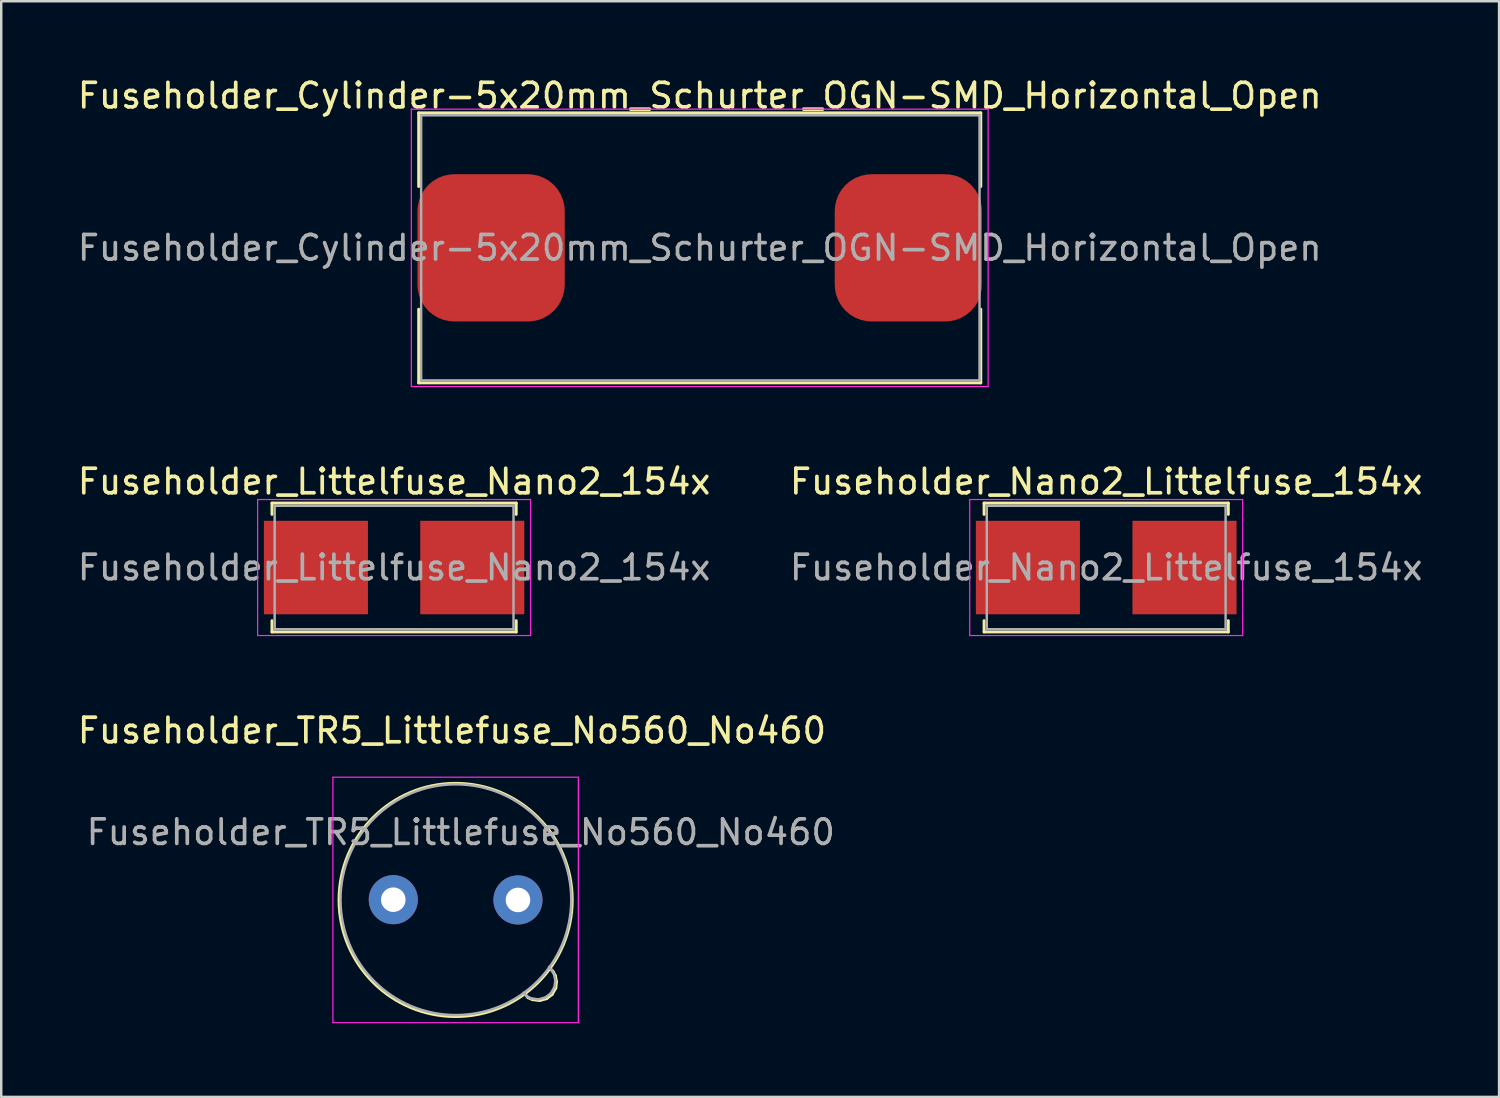
<source format=kicad_pcb>
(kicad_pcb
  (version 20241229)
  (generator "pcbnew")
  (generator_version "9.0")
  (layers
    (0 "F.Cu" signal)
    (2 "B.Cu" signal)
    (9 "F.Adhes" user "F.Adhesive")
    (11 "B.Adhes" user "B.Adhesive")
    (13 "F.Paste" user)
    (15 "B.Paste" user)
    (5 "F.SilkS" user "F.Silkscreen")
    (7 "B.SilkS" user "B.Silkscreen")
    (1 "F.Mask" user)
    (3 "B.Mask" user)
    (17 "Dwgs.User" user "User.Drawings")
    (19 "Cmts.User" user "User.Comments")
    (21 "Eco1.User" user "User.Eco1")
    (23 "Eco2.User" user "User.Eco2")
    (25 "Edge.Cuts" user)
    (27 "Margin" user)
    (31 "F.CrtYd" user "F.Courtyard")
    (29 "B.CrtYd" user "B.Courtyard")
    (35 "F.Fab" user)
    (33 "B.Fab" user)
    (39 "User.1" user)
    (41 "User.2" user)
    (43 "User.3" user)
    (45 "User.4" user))
  (footprint "Fuseholder_Littelfuse_Nano2_154x"
    (layer "F.Cu")
    (at 13.006 20.072)
    (property "Reference" "Fuseholder_Littelfuse_Nano2_154x" (at 0 -3.5 0) (unlocked yes) (layer "F.SilkS") (effects (font (size 1 1) (thickness 0.15))))
    (attr smd)
    (fp_line (start -4.975 -2.625) (end -4.975 -2.165) (stroke (width 0.12) (type solid)) (layer "F.SilkS"))
    (fp_line (start -4.975 -2.625) (end 4.975 -2.625) (stroke (width 0.12) (type solid)) (layer "F.SilkS"))
    (fp_line (start -4.975 2.165) (end -4.975 2.625) (stroke (width 0.12) (type solid)) (layer "F.SilkS"))
    (fp_line (start -4.975 2.625) (end 4.975 2.625) (stroke (width 0.12) (type solid)) (layer "F.SilkS"))
    (fp_line (start 4.975 -2.625) (end 4.975 -2.165) (stroke (width 0.12) (type solid)) (layer "F.SilkS"))
    (fp_line (start 4.975 2.625) (end 4.975 2.165) (stroke (width 0.12) (type solid)) (layer "F.SilkS"))
    (fp_line (start -5.56 -2.77) (end -5.56 2.77) (stroke (width 0.05) (type solid)) (layer "F.CrtYd"))
    (fp_line (start -5.56 -2.77) (end 5.56 -2.77) (stroke (width 0.05) (type solid)) (layer "F.CrtYd"))
    (fp_line (start -5.56 2.77) (end 5.56 2.77) (stroke (width 0.05) (type solid)) (layer "F.CrtYd"))
    (fp_line (start 5.56 -2.77) (end 5.56 2.77) (stroke (width 0.05) (type solid)) (layer "F.CrtYd"))
    (fp_line (start -4.865 -2.515) (end -4.865 2.515) (stroke (width 0.1) (type solid)) (layer "F.Fab"))
    (fp_line (start -4.865 -2.515) (end 4.865 -2.515) (stroke (width 0.1) (type solid)) (layer "F.Fab"))
    (fp_line (start -4.865 2.515) (end 4.865 2.515) (stroke (width 0.1) (type solid)) (layer "F.Fab"))
    (fp_line (start 4.865 2.515) (end 4.865 -2.515) (stroke (width 0.1) (type solid)) (layer "F.Fab"))
    (fp_text user "${REFERENCE}" (at 0 0 0) (layer "F.Fab") (effects (font (size 1 1) (thickness 0.15))))
    (pad "1" smd rect (at -3.185 0) (size 4.24 3.81) (layers "F.Cu" "F.Mask" "F.Paste"))
    (pad "2" smd rect (at 3.185 0) (size 4.24 3.81) (layers "F.Cu" "F.Mask" "F.Paste")))
  (footprint "Fuseholder_Cylinder-5x20mm_Schurter_OGN-SMD_Horizontal_Open"
    (layer "F.Cu")
    (at 25.458 7.048)
    (property "Reference" "Fuseholder_Cylinder-5x20mm_Schurter_OGN-SMD_Horizontal_Open" (at 0 -6.2 0) (layer "F.SilkS") (effects (font (size 1 1) (thickness 0.15))))
    (attr smd)
    (fp_line (start -11.45 -5.5) (end -11.45 -2.5) (stroke (width 0.12) (type solid)) (layer "F.SilkS"))
    (fp_line (start -11.45 -5.5) (end 11.45 -5.5) (stroke (width 0.12) (type solid)) (layer "F.SilkS"))
    (fp_line (start -11.45 5.5) (end -11.45 2.5) (stroke (width 0.12) (type solid)) (layer "F.SilkS"))
    (fp_line (start -11.45 5.5) (end 11.45 5.5) (stroke (width 0.12) (type solid)) (layer "F.SilkS"))
    (fp_line (start 11.45 -5.5) (end 11.45 -2.5) (stroke (width 0.12) (type solid)) (layer "F.SilkS"))
    (fp_line (start 11.45 5.5) (end 11.45 2.5) (stroke (width 0.12) (type solid)) (layer "F.SilkS"))
    (fp_line (start -11.75 -5.65) (end 11.75 -5.65) (stroke (width 0.05) (type solid)) (layer "F.CrtYd"))
    (fp_line (start -11.75 5.65) (end -11.75 -5.65) (stroke (width 0.05) (type solid)) (layer "F.CrtYd"))
    (fp_line (start 11.75 5.65) (end -11.75 5.65) (stroke (width 0.05) (type solid)) (layer "F.CrtYd"))
    (fp_line (start 11.75 5.65) (end 11.75 -5.65) (stroke (width 0.05) (type solid)) (layer "F.CrtYd"))
    (fp_line (start -11.35 -5.4) (end -11.35 5.4) (stroke (width 0.1) (type solid)) (layer "F.Fab"))
    (fp_line (start -11.35 -5.4) (end 11.4 -5.4) (stroke (width 0.1) (type solid)) (layer "F.Fab"))
    (fp_line (start 11.4 -5.4) (end 11.4 5.4) (stroke (width 0.1) (type solid)) (layer "F.Fab"))
    (fp_line (start 11.4 5.4) (end -11.35 5.4) (stroke (width 0.1) (type solid)) (layer "F.Fab"))
    (fp_text user "${REFERENCE}" (at 0 0 0) (layer "F.Fab") (effects (font (size 1 1) (thickness 0.15))))
    (pad "1" smd roundrect (at -8.5 0) (size 6 6) (layers "F.Cu" "F.Mask" "F.Paste") (roundrect_rratio 0.25))
    (pad "2" smd roundrect (at 8.5 0) (size 6 6) (layers "F.Cu" "F.Mask" "F.Paste") (roundrect_rratio 0.25)))
  (footprint "Fuseholder_TR5_Littlefuse_No560_No460"
    (layer "F.Cu")
    (at 12.973 33.605)
    (property "Reference" "Fuseholder_TR5_Littlefuse_No560_No460" (at 2.39 -6.89 0) (layer "F.SilkS") (effects (font (size 1 1) (thickness 0.15))))
    (attr through_hole)
    (fp_line (start 5.49 3.99) (end 5.36 3.84) (stroke (width 0.12) (type solid)) (layer "F.SilkS"))
    (fp_line (start 5.67 4.07) (end 5.49 3.99) (stroke (width 0.12) (type solid)) (layer "F.SilkS"))
    (fp_line (start 5.96 4.11) (end 5.67 4.07) (stroke (width 0.12) (type solid)) (layer "F.SilkS"))
    (fp_line (start 6.25 4.03) (end 5.96 4.11) (stroke (width 0.12) (type solid)) (layer "F.SilkS"))
    (fp_line (start 6.39 2.79) (end 6.51 2.93) (stroke (width 0.12) (type solid)) (layer "F.SilkS"))
    (fp_line (start 6.47 3.86) (end 6.25 4.03) (stroke (width 0.12) (type solid)) (layer "F.SilkS"))
    (fp_line (start 6.51 2.93) (end 6.6 3.09) (stroke (width 0.12) (type solid)) (layer "F.SilkS"))
    (fp_line (start 6.6 3.09) (end 6.65 3.34) (stroke (width 0.12) (type solid)) (layer "F.SilkS"))
    (fp_line (start 6.62 3.6) (end 6.47 3.86) (stroke (width 0.12) (type solid)) (layer "F.SilkS"))
    (fp_line (start 6.65 3.34) (end 6.62 3.6) (stroke (width 0.12) (type solid)) (layer "F.SilkS"))
    (fp_circle (center 2.54 0.01) (end 7.29 0.01) (stroke (width 0.12) (type solid)) (fill no) (layer "F.SilkS"))
    (fp_line (start -2.46 -4.99) (end -2.46 5.01) (stroke (width 0.05) (type solid)) (layer "F.CrtYd"))
    (fp_line (start -2.46 -4.99) (end 7.54 -4.99) (stroke (width 0.05) (type solid)) (layer "F.CrtYd"))
    (fp_line (start 7.54 5.01) (end -2.46 5.01) (stroke (width 0.05) (type solid)) (layer "F.CrtYd"))
    (fp_line (start 7.54 5.01) (end 7.54 -4.99) (stroke (width 0.05) (type solid)) (layer "F.CrtYd"))
    (fp_line (start 5.44 3.94) (end 5.31 3.79) (stroke (width 0.1) (type solid)) (layer "F.Fab"))
    (fp_line (start 5.62 4.02) (end 5.44 3.94) (stroke (width 0.1) (type solid)) (layer "F.Fab"))
    (fp_line (start 5.91 4.06) (end 5.62 4.02) (stroke (width 0.1) (type solid)) (layer "F.Fab"))
    (fp_line (start 6.2 3.98) (end 5.91 4.06) (stroke (width 0.1) (type solid)) (layer "F.Fab"))
    (fp_line (start 6.34 2.74) (end 6.46 2.88) (stroke (width 0.1) (type solid)) (layer "F.Fab"))
    (fp_line (start 6.42 3.81) (end 6.2 3.98) (stroke (width 0.1) (type solid)) (layer "F.Fab"))
    (fp_line (start 6.46 2.88) (end 6.55 3.04) (stroke (width 0.1) (type solid)) (layer "F.Fab"))
    (fp_line (start 6.55 3.04) (end 6.6 3.29) (stroke (width 0.1) (type solid)) (layer "F.Fab"))
    (fp_line (start 6.57 3.55) (end 6.42 3.81) (stroke (width 0.1) (type solid)) (layer "F.Fab"))
    (fp_line (start 6.6 3.29) (end 6.57 3.55) (stroke (width 0.1) (type solid)) (layer "F.Fab"))
    (fp_circle (center 2.55 0) (end 7.25 0) (stroke (width 0.1) (type solid)) (fill no) (layer "F.Fab"))
    (fp_text user "${REFERENCE}" (at 2.75 -2.75 0) (layer "F.Fab") (effects (font (size 1 1) (thickness 0.15))))
    (pad "1" thru_hole circle (at 0 0) (size 2 2) (drill 1) (layers "*.Cu" "*.Mask"))
    (pad "2" thru_hole circle (at 5.08 0.01) (size 2 2) (drill 1) (layers "*.Cu" "*.Mask")))
  (footprint "Fuseholder_Nano2_Littelfuse_154x"
    (layer "F.Cu")
    (at 42.018 20.072)
    (property "Reference" "Fuseholder_Nano2_Littelfuse_154x" (at 0 -3.5 0) (unlocked yes) (layer "F.SilkS") (effects (font (size 1 1) (thickness 0.15))))
    (attr smd)
    (fp_line (start -4.975 -2.625) (end -4.975 -2.165) (stroke (width 0.12) (type solid)) (layer "F.SilkS"))
    (fp_line (start -4.975 -2.625) (end 4.975 -2.625) (stroke (width 0.12) (type solid)) (layer "F.SilkS"))
    (fp_line (start -4.975 2.165) (end -4.975 2.625) (stroke (width 0.12) (type solid)) (layer "F.SilkS"))
    (fp_line (start -4.975 2.625) (end 4.975 2.625) (stroke (width 0.12) (type solid)) (layer "F.SilkS"))
    (fp_line (start 4.975 -2.625) (end 4.975 -2.165) (stroke (width 0.12) (type solid)) (layer "F.SilkS"))
    (fp_line (start 4.975 2.625) (end 4.975 2.165) (stroke (width 0.12) (type solid)) (layer "F.SilkS"))
    (fp_line (start -5.56 -2.77) (end -5.56 2.77) (stroke (width 0.05) (type solid)) (layer "F.CrtYd"))
    (fp_line (start -5.56 -2.77) (end 5.56 -2.77) (stroke (width 0.05) (type solid)) (layer "F.CrtYd"))
    (fp_line (start -5.56 2.77) (end 5.56 2.77) (stroke (width 0.05) (type solid)) (layer "F.CrtYd"))
    (fp_line (start 5.56 -2.77) (end 5.56 2.77) (stroke (width 0.05) (type solid)) (layer "F.CrtYd"))
    (fp_line (start -4.865 -2.515) (end -4.865 2.515) (stroke (width 0.1) (type solid)) (layer "F.Fab"))
    (fp_line (start -4.865 -2.515) (end 4.865 -2.515) (stroke (width 0.1) (type solid)) (layer "F.Fab"))
    (fp_line (start -4.865 2.515) (end 4.865 2.515) (stroke (width 0.1) (type solid)) (layer "F.Fab"))
    (fp_line (start 4.865 2.515) (end 4.865 -2.515) (stroke (width 0.1) (type solid)) (layer "F.Fab"))
    (fp_text user "${REFERENCE}" (at 0 0 0) (layer "F.Fab") (effects (font (size 1 1) (thickness 0.15))))
    (pad "1" smd rect (at -3.19 0) (size 4.24 3.81) (layers "F.Cu" "F.Mask" "F.Paste"))
    (pad "2" smd rect (at 3.19 0) (size 4.24 3.81) (layers "F.Cu" "F.Mask" "F.Paste")))
  (gr_rect
    (start -3 -3)
    (end 58.024 41.64)
    (stroke (width 0.1) (type default))
    (fill no)
    (layer "Edge.Cuts")))
</source>
